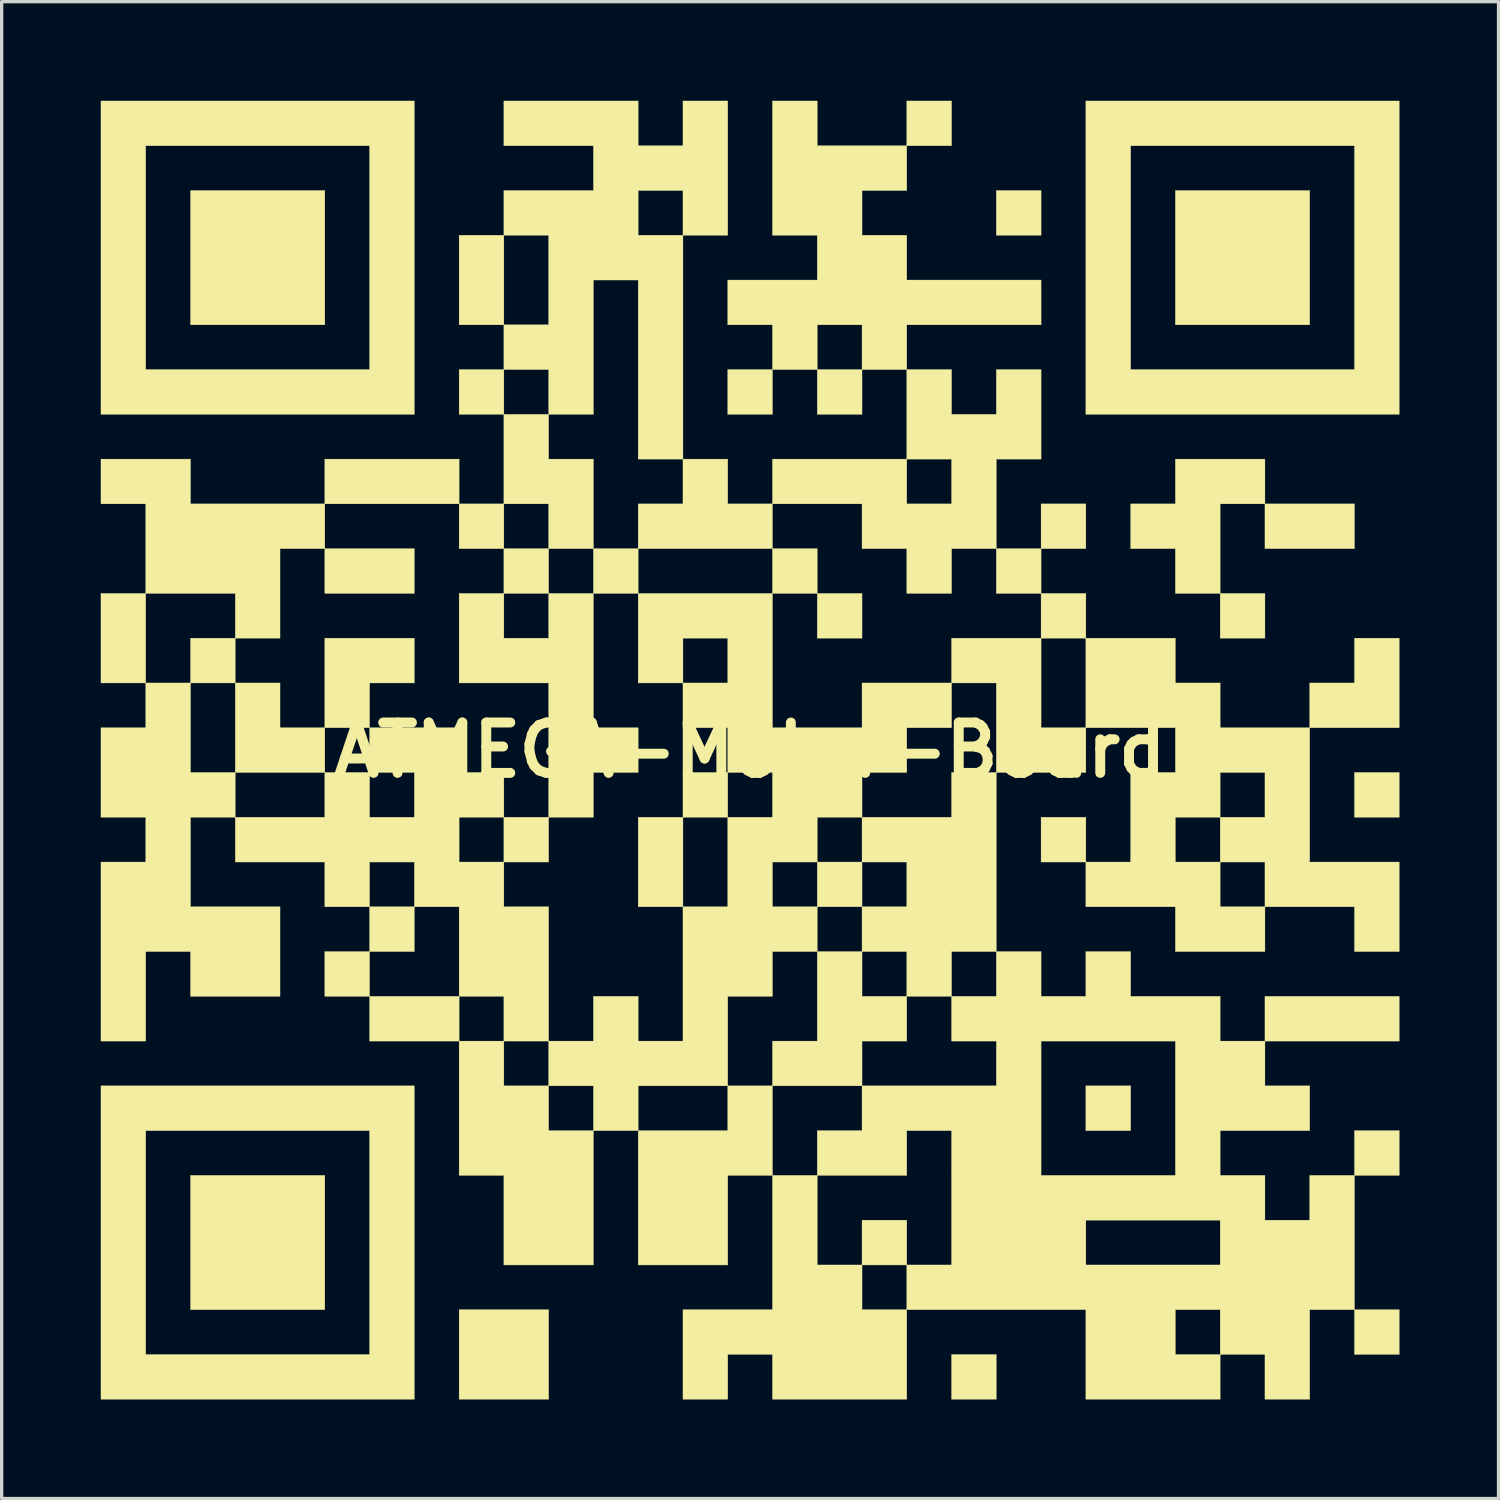
<source format=kicad_pcb>
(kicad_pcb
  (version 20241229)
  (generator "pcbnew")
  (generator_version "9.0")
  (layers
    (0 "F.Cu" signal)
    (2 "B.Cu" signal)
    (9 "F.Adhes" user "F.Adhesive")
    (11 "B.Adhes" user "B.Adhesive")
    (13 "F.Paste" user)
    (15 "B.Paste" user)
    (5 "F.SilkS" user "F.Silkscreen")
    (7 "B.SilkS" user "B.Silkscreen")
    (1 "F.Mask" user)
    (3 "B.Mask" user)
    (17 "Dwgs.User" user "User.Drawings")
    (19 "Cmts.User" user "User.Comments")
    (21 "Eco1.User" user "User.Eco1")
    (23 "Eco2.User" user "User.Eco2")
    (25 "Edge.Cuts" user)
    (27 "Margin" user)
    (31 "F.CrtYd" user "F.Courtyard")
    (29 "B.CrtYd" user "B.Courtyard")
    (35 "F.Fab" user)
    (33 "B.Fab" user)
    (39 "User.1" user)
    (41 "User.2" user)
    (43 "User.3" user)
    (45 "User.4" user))
  (footprint "ATMEGA-Motor-Board"
    (layer "F.Cu")
    (at 19.648 19.648)
    (property "Reference" "ATMEGA-Motor-Board" (at 0 0 0) (layer "F.SilkS") (effects (font (size 1.524 1.524) (thickness 0.3))))
    (attr through_hole)
    (fp_poly (pts (xy -16.933 -2.032) (xy -16.933 -3.387) (xy -15.579 -3.387) (xy -15.579 -2.032) (xy -16.933 -2.032)) (stroke (width 0.01) (type solid)) (fill yes) (layer "F.SilkS"))
    (fp_poly (pts (xy -12.869 -12.869) (xy -16.933 -12.869) (xy -16.933 -16.933) (xy -12.869 -16.933) (xy -12.869 -12.869)) (stroke (width 0.01) (type solid)) (fill yes) (layer "F.SilkS"))
    (fp_poly (pts (xy -12.869 16.933) (xy -16.933 16.933) (xy -16.933 12.869) (xy -12.869 12.869) (xy -12.869 16.933)) (stroke (width 0.01) (type solid)) (fill yes) (layer "F.SilkS"))
    (fp_poly (pts (xy -10.16 -4.741) (xy -12.869 -4.741) (xy -12.869 -6.096) (xy -10.16 -6.096) (xy -10.16 -4.741)) (stroke (width 0.01) (type solid)) (fill yes) (layer "F.SilkS"))
    (fp_poly (pts (xy -6.096 3.387) (xy -7.451 3.387) (xy -7.451 2.032) (xy -6.096 2.032) (xy -6.096 3.387)) (stroke (width 0.01) (type solid)) (fill yes) (layer "F.SilkS"))
    (fp_poly (pts (xy -6.096 19.643) (xy -8.805 19.643) (xy -8.805 16.933) (xy -6.096 16.933) (xy -6.096 19.643)) (stroke (width 0.01) (type solid)) (fill yes) (layer "F.SilkS"))
    (fp_poly (pts (xy -4.741 -6.096) (xy -3.387 -6.096) (xy -3.387 -4.741) (xy -4.741 -4.741) (xy -4.741 -6.096)) (stroke (width 0.01) (type solid)) (fill yes) (layer "F.SilkS"))
    (fp_poly (pts (xy -2.032 0.677) (xy -0.677 0.677) (xy -0.677 2.032) (xy -2.032 2.032) (xy -2.032 0.677)) (stroke (width 0.01) (type solid)) (fill yes) (layer "F.SilkS"))
    (fp_poly (pts (xy -2.032 4.741) (xy -3.387 4.741) (xy -3.387 2.032) (xy -2.032 2.032) (xy -2.032 4.741)) (stroke (width 0.01) (type solid)) (fill yes) (layer "F.SilkS"))
    (fp_poly (pts (xy 0.677 -10.16) (xy -0.677 -10.16) (xy -0.677 -11.515) (xy 0.677 -11.515) (xy 0.677 -10.16)) (stroke (width 0.01) (type solid)) (fill yes) (layer "F.SilkS"))
    (fp_poly (pts (xy 0.677 -4.741) (xy 0.677 -6.096) (xy 2.032 -6.096) (xy 2.032 -4.741) (xy 0.677 -4.741)) (stroke (width 0.01) (type solid)) (fill yes) (layer "F.SilkS"))
    (fp_poly (pts (xy 3.387 -4.741) (xy 3.387 -3.387) (xy 2.032 -3.387) (xy 2.032 -4.741) (xy 3.387 -4.741)) (stroke (width 0.01) (type solid)) (fill yes) (layer "F.SilkS"))
    (fp_poly (pts (xy 3.387 4.741) (xy 2.032 4.741) (xy 2.032 3.387) (xy 3.387 3.387) (xy 3.387 4.741)) (stroke (width 0.01) (type solid)) (fill yes) (layer "F.SilkS"))
    (fp_poly (pts (xy 4.741 -19.643) (xy 6.096 -19.643) (xy 6.096 -18.288) (xy 4.741 -18.288) (xy 4.741 -19.643)) (stroke (width 0.01) (type solid)) (fill yes) (layer "F.SilkS"))
    (fp_poly (pts (xy 4.741 15.579) (xy 3.387 15.579) (xy 3.387 14.224) (xy 4.741 14.224) (xy 4.741 15.579)) (stroke (width 0.01) (type solid)) (fill yes) (layer "F.SilkS"))
    (fp_poly (pts (xy 7.451 19.643) (xy 6.096 19.643) (xy 6.096 18.288) (xy 7.451 18.288) (xy 7.451 19.643)) (stroke (width 0.01) (type solid)) (fill yes) (layer "F.SilkS"))
    (fp_poly (pts (xy 8.805 -15.579) (xy 7.451 -15.579) (xy 7.451 -16.933) (xy 8.805 -16.933) (xy 8.805 -15.579)) (stroke (width 0.01) (type solid)) (fill yes) (layer "F.SilkS"))
    (fp_poly (pts (xy 8.805 -7.451) (xy 10.16 -7.451) (xy 10.16 -6.096) (xy 8.805 -6.096) (xy 8.805 -7.451)) (stroke (width 0.01) (type solid)) (fill yes) (layer "F.SilkS"))
    (fp_poly (pts (xy 8.805 3.387) (xy 8.805 2.032) (xy 10.16 2.032) (xy 10.16 3.387) (xy 8.805 3.387)) (stroke (width 0.01) (type solid)) (fill yes) (layer "F.SilkS"))
    (fp_poly (pts (xy 11.515 11.515) (xy 10.16 11.515) (xy 10.16 10.16) (xy 11.515 10.16) (xy 11.515 11.515)) (stroke (width 0.01) (type solid)) (fill yes) (layer "F.SilkS"))
    (fp_poly (pts (xy 15.579 -4.741) (xy 15.579 -3.387) (xy 14.224 -3.387) (xy 14.224 -4.741) (xy 15.579 -4.741)) (stroke (width 0.01) (type solid)) (fill yes) (layer "F.SilkS"))
    (fp_poly (pts (xy 15.579 7.451) (xy 19.643 7.451) (xy 19.643 8.805) (xy 15.579 8.805) (xy 15.579 7.451)) (stroke (width 0.01) (type solid)) (fill yes) (layer "F.SilkS"))
    (fp_poly (pts (xy 16.933 -12.869) (xy 12.869 -12.869) (xy 12.869 -16.933) (xy 16.933 -16.933) (xy 16.933 -12.869)) (stroke (width 0.01) (type solid)) (fill yes) (layer "F.SilkS"))
    (fp_poly (pts (xy 18.288 -6.096) (xy 15.579 -6.096) (xy 15.579 -7.451) (xy 18.288 -7.451) (xy 18.288 -6.096)) (stroke (width 0.01) (type solid)) (fill yes) (layer "F.SilkS"))
    (fp_poly (pts (xy 18.288 11.515) (xy 19.643 11.515) (xy 19.643 12.869) (xy 18.288 12.869) (xy 18.288 11.515)) (stroke (width 0.01) (type solid)) (fill yes) (layer "F.SilkS"))
    (fp_poly (pts (xy 19.643 2.032) (xy 18.288 2.032) (xy 18.288 0.677) (xy 19.643 0.677) (xy 19.643 2.032)) (stroke (width 0.01) (type solid)) (fill yes) (layer "F.SilkS"))
    (fp_poly (pts (xy 19.643 18.288) (xy 18.288 18.288) (xy 18.288 16.933) (xy 19.643 16.933) (xy 19.643 18.288)) (stroke (width 0.01) (type solid)) (fill yes) (layer "F.SilkS"))
    (fp_poly (pts (xy -12.869 -3.387) (xy -10.16 -3.387) (xy -10.16 -2.032) (xy -11.515 -2.032) (xy -11.515 -0.677) (xy -12.869 -0.677) (xy -12.869 -3.387)) (stroke (width 0.01) (type solid)) (fill yes) (layer "F.SilkS"))
    (fp_poly (pts (xy -12.869 0.677) (xy -15.579 0.677) (xy -15.579 -2.032) (xy -14.224 -2.032) (xy -14.224 -0.677) (xy -12.869 -0.677) (xy -12.869 0.677)) (stroke (width 0.01) (type solid)) (fill yes) (layer "F.SilkS"))
    (fp_poly (pts (xy 16.933 -2.032) (xy 18.288 -2.032) (xy 18.288 -3.387) (xy 19.643 -3.387) (xy 19.643 -0.677) (xy 16.933 -0.677) (xy 16.933 -2.032)) (stroke (width 0.01) (type solid)) (fill yes) (layer "F.SilkS"))
    (fp_poly (pts (xy -0.677 11.515) (xy -0.677 10.16) (xy 0.677 10.16) (xy 0.677 12.869) (xy -0.677 12.869) (xy -0.677 15.579) (xy -3.387 15.579) (xy -3.387 11.515) (xy -0.677 11.515)) (stroke (width 0.01) (type solid)) (fill yes) (layer "F.SilkS"))
    (fp_poly (pts (xy 3.387 7.451) (xy 4.741 7.451) (xy 4.741 8.805) (xy 3.387 8.805) (xy 3.387 10.16) (xy 0.677 10.16) (xy 0.677 8.805) (xy 2.032 8.805) (xy 2.032 6.096) (xy 3.387 6.096) (xy 3.387 7.451)) (stroke (width 0.01) (type solid)) (fill yes) (layer "F.SilkS"))
    (fp_poly (pts (xy 12.869 -4.741) (xy 12.869 -6.096) (xy 11.515 -6.096) (xy 11.515 -7.451) (xy 12.869 -7.451) (xy 12.869 -8.805) (xy 15.579 -8.805) (xy 15.579 -7.451) (xy 14.224 -7.451) (xy 14.224 -4.741) (xy 12.869 -4.741)) (stroke (width 0.01) (type solid)) (fill yes) (layer "F.SilkS"))
    (fp_poly (pts (xy -10.16 -10.16) (xy -19.643 -10.16) (xy -19.643 -18.288) (xy -18.288 -18.288) (xy -18.288 -11.515) (xy -11.515 -11.515) (xy -11.515 -18.288) (xy -18.288 -18.288) (xy -19.643 -18.288) (xy -19.643 -19.643) (xy -10.16 -19.643) (xy -10.16 -10.16)) (stroke (width 0.01) (type solid)) (fill yes) (layer "F.SilkS"))
    (fp_poly (pts (xy -10.16 19.643) (xy -19.643 19.643) (xy -19.643 11.515) (xy -18.288 11.515) (xy -18.288 18.288) (xy -11.515 18.288) (xy -11.515 11.515) (xy -18.288 11.515) (xy -19.643 11.515) (xy -19.643 10.16) (xy -10.16 10.16) (xy -10.16 19.643)) (stroke (width 0.01) (type solid)) (fill yes) (layer "F.SilkS"))
    (fp_poly (pts (xy 19.643 -10.16) (xy 10.16 -10.16) (xy 10.16 -18.288) (xy 11.515 -18.288) (xy 11.515 -11.515) (xy 18.288 -11.515) (xy 18.288 -18.288) (xy 11.515 -18.288) (xy 10.16 -18.288) (xy 10.16 -19.643) (xy 19.643 -19.643) (xy 19.643 -10.16)) (stroke (width 0.01) (type solid)) (fill yes) (layer "F.SilkS"))
    (fp_poly (pts (xy -4.741 -0.677) (xy -3.387 -0.677) (xy -3.387 0.677) (xy -4.741 0.677) (xy -4.741 2.032) (xy -6.096 2.032) (xy -6.096 -2.032) (xy -8.805 -2.032) (xy -8.805 -4.741) (xy -7.451 -4.741) (xy -7.451 -3.387) (xy -6.096 -3.387) (xy -6.096 -4.741) (xy -7.451 -4.741) (xy -7.451 -6.096) (xy -6.096 -6.096) (xy -6.096 -4.741) (xy -4.741 -4.741) (xy -4.741 -0.677)) (stroke (width 0.01) (type solid)) (fill yes) (layer "F.SilkS"))
    (fp_poly (pts (xy 4.741 -16.933) (xy 3.387 -16.933) (xy 3.387 -15.579) (xy 4.741 -15.579) (xy 4.741 -14.224) (xy 8.805 -14.224) (xy 8.805 -12.869) (xy 4.741 -12.869) (xy 4.741 -11.515) (xy 3.387 -11.515) (xy 3.387 -10.16) (xy 2.032 -10.16) (xy 2.032 -11.515) (xy 0.677 -11.515) (xy 0.677 -12.869) (xy 2.032 -12.869) (xy 2.032 -11.515) (xy 3.387 -11.515) (xy 3.387 -12.869) (xy 2.032 -12.869) (xy 0.677 -12.869) (xy -0.677 -12.869) (xy -0.677 -14.224) (xy 2.032 -14.224) (xy 2.032 -15.579) (xy 0.677 -15.579) (xy 0.677 -19.643) (xy 2.032 -19.643) (xy 2.032 -18.288) (xy 4.741 -18.288) (xy 4.741 -16.933)) (stroke (width 0.01) (type solid)) (fill yes) (layer "F.SilkS"))
    (fp_poly (pts (xy 16.933 3.387) (xy 19.643 3.387) (xy 19.643 6.096) (xy 18.288 6.096) (xy 18.288 4.741) (xy 15.579 4.741) (xy 15.579 6.096) (xy 12.869 6.096) (xy 12.869 4.741) (xy 14.224 4.741) (xy 15.579 4.741) (xy 15.579 3.387) (xy 14.224 3.387) (xy 14.224 4.741) (xy 12.869 4.741) (xy 10.16 4.741) (xy 10.16 3.387) (xy 11.515 3.387) (xy 11.515 2.032) (xy 12.869 2.032) (xy 12.869 3.387) (xy 14.224 3.387) (xy 14.224 2.032) (xy 12.869 2.032) (xy 11.515 2.032) (xy 11.515 0.677) (xy 12.869 0.677) (xy 14.224 0.677) (xy 14.224 2.032) (xy 15.579 2.032) (xy 15.579 0.677) (xy 14.224 0.677) (xy 12.869 0.677) (xy 12.869 -0.677) (xy 10.16 -0.677) (xy 10.16 -3.387) (xy 12.869 -3.387) (xy 12.869 -2.032) (xy 14.224 -2.032) (xy 14.224 -0.677) (xy 16.933 -0.677) (xy 16.933 3.387)) (stroke (width 0.01) (type solid)) (fill yes) (layer "F.SilkS"))
    (fp_poly (pts (xy 15.579 10.16) (xy 16.933 10.16) (xy 16.933 11.515) (xy 14.224 11.515) (xy 14.224 12.869) (xy 15.579 12.869) (xy 15.579 14.224) (xy 16.933 14.224) (xy 16.933 12.869) (xy 18.288 12.869) (xy 18.288 16.933) (xy 16.933 16.933) (xy 16.933 19.643) (xy 15.579 19.643) (xy 15.579 18.288) (xy 14.224 18.288) (xy 14.224 19.643) (xy 10.16 19.643) (xy 10.16 16.933) (xy 12.869 16.933) (xy 12.869 18.288) (xy 14.224 18.288) (xy 14.224 16.933) (xy 12.869 16.933) (xy 10.16 16.933) (xy 4.741 16.933) (xy 4.741 19.643) (xy 0.677 19.643) (xy 0.677 18.288) (xy -0.677 18.288) (xy -0.677 19.643) (xy -2.032 19.643) (xy -2.032 16.933) (xy 0.677 16.933) (xy 0.677 15.579) (xy 2.032 15.579) (xy 3.387 15.579) (xy 3.387 16.933) (xy 4.741 16.933) (xy 4.741 15.579) (xy 6.096 15.579) (xy 6.096 14.224) (xy 10.16 14.224) (xy 10.16 15.579) (xy 14.224 15.579) (xy 14.224 14.224) (xy 10.16 14.224) (xy 6.096 14.224) (xy 6.096 11.515) (xy 4.741 11.515) (xy 4.741 12.869) (xy 2.032 12.869) (xy 2.032 15.579) (xy 0.677 15.579) (xy 0.677 12.869) (xy 2.032 12.869) (xy 2.032 11.515) (xy 3.387 11.515) (xy 3.387 10.16) (xy 7.451 10.16) (xy 7.451 8.805) (xy 8.805 8.805) (xy 8.805 12.869) (xy 12.869 12.869) (xy 12.869 8.805) (xy 8.805 8.805) (xy 7.451 8.805) (xy 6.096 8.805) (xy 6.096 7.451) (xy 7.451 7.451) (xy 7.451 6.096) (xy 8.805 6.096) (xy 8.805 7.451) (xy 10.16 7.451) (xy 10.16 6.096) (xy 11.515 6.096) (xy 11.515 7.451) (xy 14.224 7.451) (xy 14.224 8.805) (xy 15.579 8.805) (xy 15.579 10.16)) (stroke (width 0.01) (type solid)) (fill yes) (layer "F.SilkS"))
    (fp_poly (pts (xy 8.805 -4.741) (xy 10.16 -4.741) (xy 10.16 -3.387) (xy 8.805 -3.387) (xy 8.805 -0.677) (xy 10.16 -0.677) (xy 10.16 0.677) (xy 7.451 0.677) (xy 7.451 6.096) (xy 6.096 6.096) (xy 6.096 7.451) (xy 4.741 7.451) (xy 4.741 6.096) (xy 3.387 6.096) (xy 3.387 4.741) (xy 4.741 4.741) (xy 4.741 3.387) (xy 3.387 3.387) (xy 3.387 2.032) (xy 2.032 2.032) (xy 2.032 3.387) (xy 0.677 3.387) (xy 0.677 4.741) (xy 2.032 4.741) (xy 2.032 6.096) (xy 0.677 6.096) (xy 0.677 7.451) (xy -0.677 7.451) (xy -0.677 10.16) (xy -3.387 10.16) (xy -3.387 11.515) (xy -4.741 11.515) (xy -4.741 15.579) (xy -7.451 15.579) (xy -7.451 12.869) (xy -8.805 12.869) (xy -8.805 11.515) (xy -6.096 11.515) (xy -4.741 11.515) (xy -4.741 10.16) (xy -6.096 10.16) (xy -6.096 11.515) (xy -8.805 11.515) (xy -8.805 10.16) (xy -7.451 10.16) (xy -6.096 10.16) (xy -6.096 8.805) (xy -7.451 8.805) (xy -7.451 10.16) (xy -8.805 10.16) (xy -8.805 8.805) (xy -7.451 8.805) (xy -7.451 7.451) (xy -8.805 7.451) (xy -8.805 8.805) (xy -11.515 8.805) (xy -11.515 7.451) (xy -12.869 7.451) (xy -12.869 6.096) (xy -11.515 6.096) (xy -11.515 7.451) (xy -8.805 7.451) (xy -8.805 4.741) (xy -10.16 4.741) (xy -10.16 6.096) (xy -11.515 6.096) (xy -11.515 4.741) (xy -12.869 4.741) (xy -12.869 3.387) (xy -11.515 3.387) (xy -11.515 4.741) (xy -10.16 4.741) (xy -10.16 3.387) (xy -11.515 3.387) (xy -12.869 3.387) (xy -15.579 3.387) (xy -15.579 2.032) (xy -16.933 2.032) (xy -16.933 4.741) (xy -14.224 4.741) (xy -14.224 7.451) (xy -16.933 7.451) (xy -16.933 6.096) (xy -18.288 6.096) (xy -18.288 8.805) (xy -19.643 8.805) (xy -19.643 3.387) (xy -18.288 3.387) (xy -18.288 2.032) (xy -19.643 2.032) (xy -19.643 -0.677) (xy -18.288 -0.677) (xy -18.288 -2.032) (xy -19.643 -2.032) (xy -19.643 -4.741) (xy -18.288 -4.741) (xy -18.288 -2.032) (xy -16.933 -2.032) (xy -16.933 0.677) (xy -15.579 0.677) (xy -15.579 2.032) (xy -12.869 2.032) (xy -12.869 0.677) (xy -11.515 0.677) (xy -11.515 2.032) (xy -10.16 2.032) (xy -10.16 0.677) (xy -11.515 0.677) (xy -11.515 -0.677) (xy -8.805 -0.677) (xy -8.805 0.677) (xy -7.451 0.677) (xy -7.451 2.032) (xy -8.805 2.032) (xy -8.805 3.387) (xy -7.451 3.387) (xy -7.451 4.741) (xy -6.096 4.741) (xy -6.096 8.805) (xy -4.741 8.805) (xy -4.741 7.451) (xy -3.387 7.451) (xy -3.387 8.805) (xy -2.032 8.805) (xy -2.032 4.741) (xy -0.677 4.741) (xy -0.677 2.032) (xy 0.677 2.032) (xy 0.677 0.677) (xy 3.387 0.677) (xy 3.387 2.032) (xy 6.096 2.032) (xy 6.096 0.677) (xy 7.451 0.677) (xy 7.451 -2.032) (xy 6.096 -2.032) (xy 6.096 -0.677) (xy 4.741 -0.677) (xy 4.741 0.677) (xy 3.387 0.677) (xy 0.677 0.677) (xy -0.677 0.677) (xy -0.677 -0.677) (xy -2.032 -0.677) (xy -2.032 -2.032) (xy -3.387 -2.032) (xy -3.387 -3.387) (xy -2.032 -3.387) (xy -2.032 -2.032) (xy -0.677 -2.032) (xy -0.677 -3.387) (xy -2.032 -3.387) (xy -3.387 -3.387) (xy -3.387 -4.741) (xy 0.677 -4.741) (xy 0.677 -0.677) (xy 3.387 -0.677) (xy 3.387 -2.032) (xy 6.096 -2.032) (xy 6.096 -3.387) (xy 8.805 -3.387) (xy 8.805 -4.741) (xy 7.451 -4.741) (xy 7.451 -6.096) (xy 6.096 -6.096) (xy 6.096 -4.741) (xy 4.741 -4.741) (xy 4.741 -6.096) (xy 3.387 -6.096) (xy 3.387 -7.451) (xy 0.677 -7.451) (xy 0.677 -6.096) (xy -3.387 -6.096) (xy -3.387 -7.451) (xy -2.032 -7.451) (xy -2.032 -8.805) (xy -3.387 -8.805) (xy -3.387 -14.224) (xy -4.741 -14.224) (xy -4.741 -10.16) (xy -6.096 -10.16) (xy -6.096 -8.805) (xy -4.741 -8.805) (xy -4.741 -6.096) (xy -6.096 -6.096) (xy -6.096 -7.451) (xy -7.451 -7.451) (xy -7.451 -6.096) (xy -8.805 -6.096) (xy -8.805 -7.451) (xy -12.869 -7.451) (xy -12.869 -6.096) (xy -14.224 -6.096) (xy -14.224 -3.387) (xy -15.579 -3.387) (xy -15.579 -4.741) (xy -18.288 -4.741) (xy -18.288 -7.451) (xy -19.643 -7.451) (xy -19.643 -8.805) (xy -16.933 -8.805) (xy -16.933 -7.451) (xy -12.869 -7.451) (xy -12.869 -8.805) (xy -8.805 -8.805) (xy -8.805 -7.451) (xy -7.451 -7.451) (xy -7.451 -10.16) (xy -8.805 -10.16) (xy -8.805 -11.515) (xy -7.451 -11.515) (xy -7.451 -10.16) (xy -6.096 -10.16) (xy -6.096 -11.515) (xy -7.451 -11.515) (xy -7.451 -12.869) (xy -8.805 -12.869) (xy -8.805 -15.579) (xy -7.451 -15.579) (xy -7.451 -12.869) (xy -6.096 -12.869) (xy -6.096 -15.579) (xy -7.451 -15.579) (xy -7.451 -16.933) (xy -4.741 -16.933) (xy -3.387 -16.933) (xy -3.387 -15.579) (xy -2.032 -15.579) (xy -2.032 -16.933) (xy -3.387 -16.933) (xy -4.741 -16.933) (xy -4.741 -18.288) (xy -7.451 -18.288) (xy -7.451 -19.643) (xy -3.387 -19.643) (xy -3.387 -18.288) (xy -2.032 -18.288) (xy -2.032 -19.643) (xy -0.677 -19.643) (xy -0.677 -15.579) (xy -2.032 -15.579) (xy -2.032 -8.805) (xy -0.677 -8.805) (xy -0.677 -7.451) (xy 0.677 -7.451) (xy 0.677 -8.805) (xy 4.741 -8.805) (xy 4.741 -7.451) (xy 6.096 -7.451) (xy 6.096 -8.805) (xy 4.741 -8.805) (xy 4.741 -11.515) (xy 6.096 -11.515) (xy 6.096 -10.16) (xy 7.451 -10.16) (xy 7.451 -11.515) (xy 8.805 -11.515) (xy 8.805 -8.805) (xy 7.451 -8.805) (xy 7.451 -6.096) (xy 8.805 -6.096) (xy 8.805 -4.741)) (stroke (width 0.01) (type solid)) (fill yes) (layer "F.SilkS")))
  (gr_rect
    (start -3 -3)
    (end 42.295 42.295)
    (stroke (width 0.1) (type default))
    (fill no)
    (layer "Edge.Cuts")))
</source>
